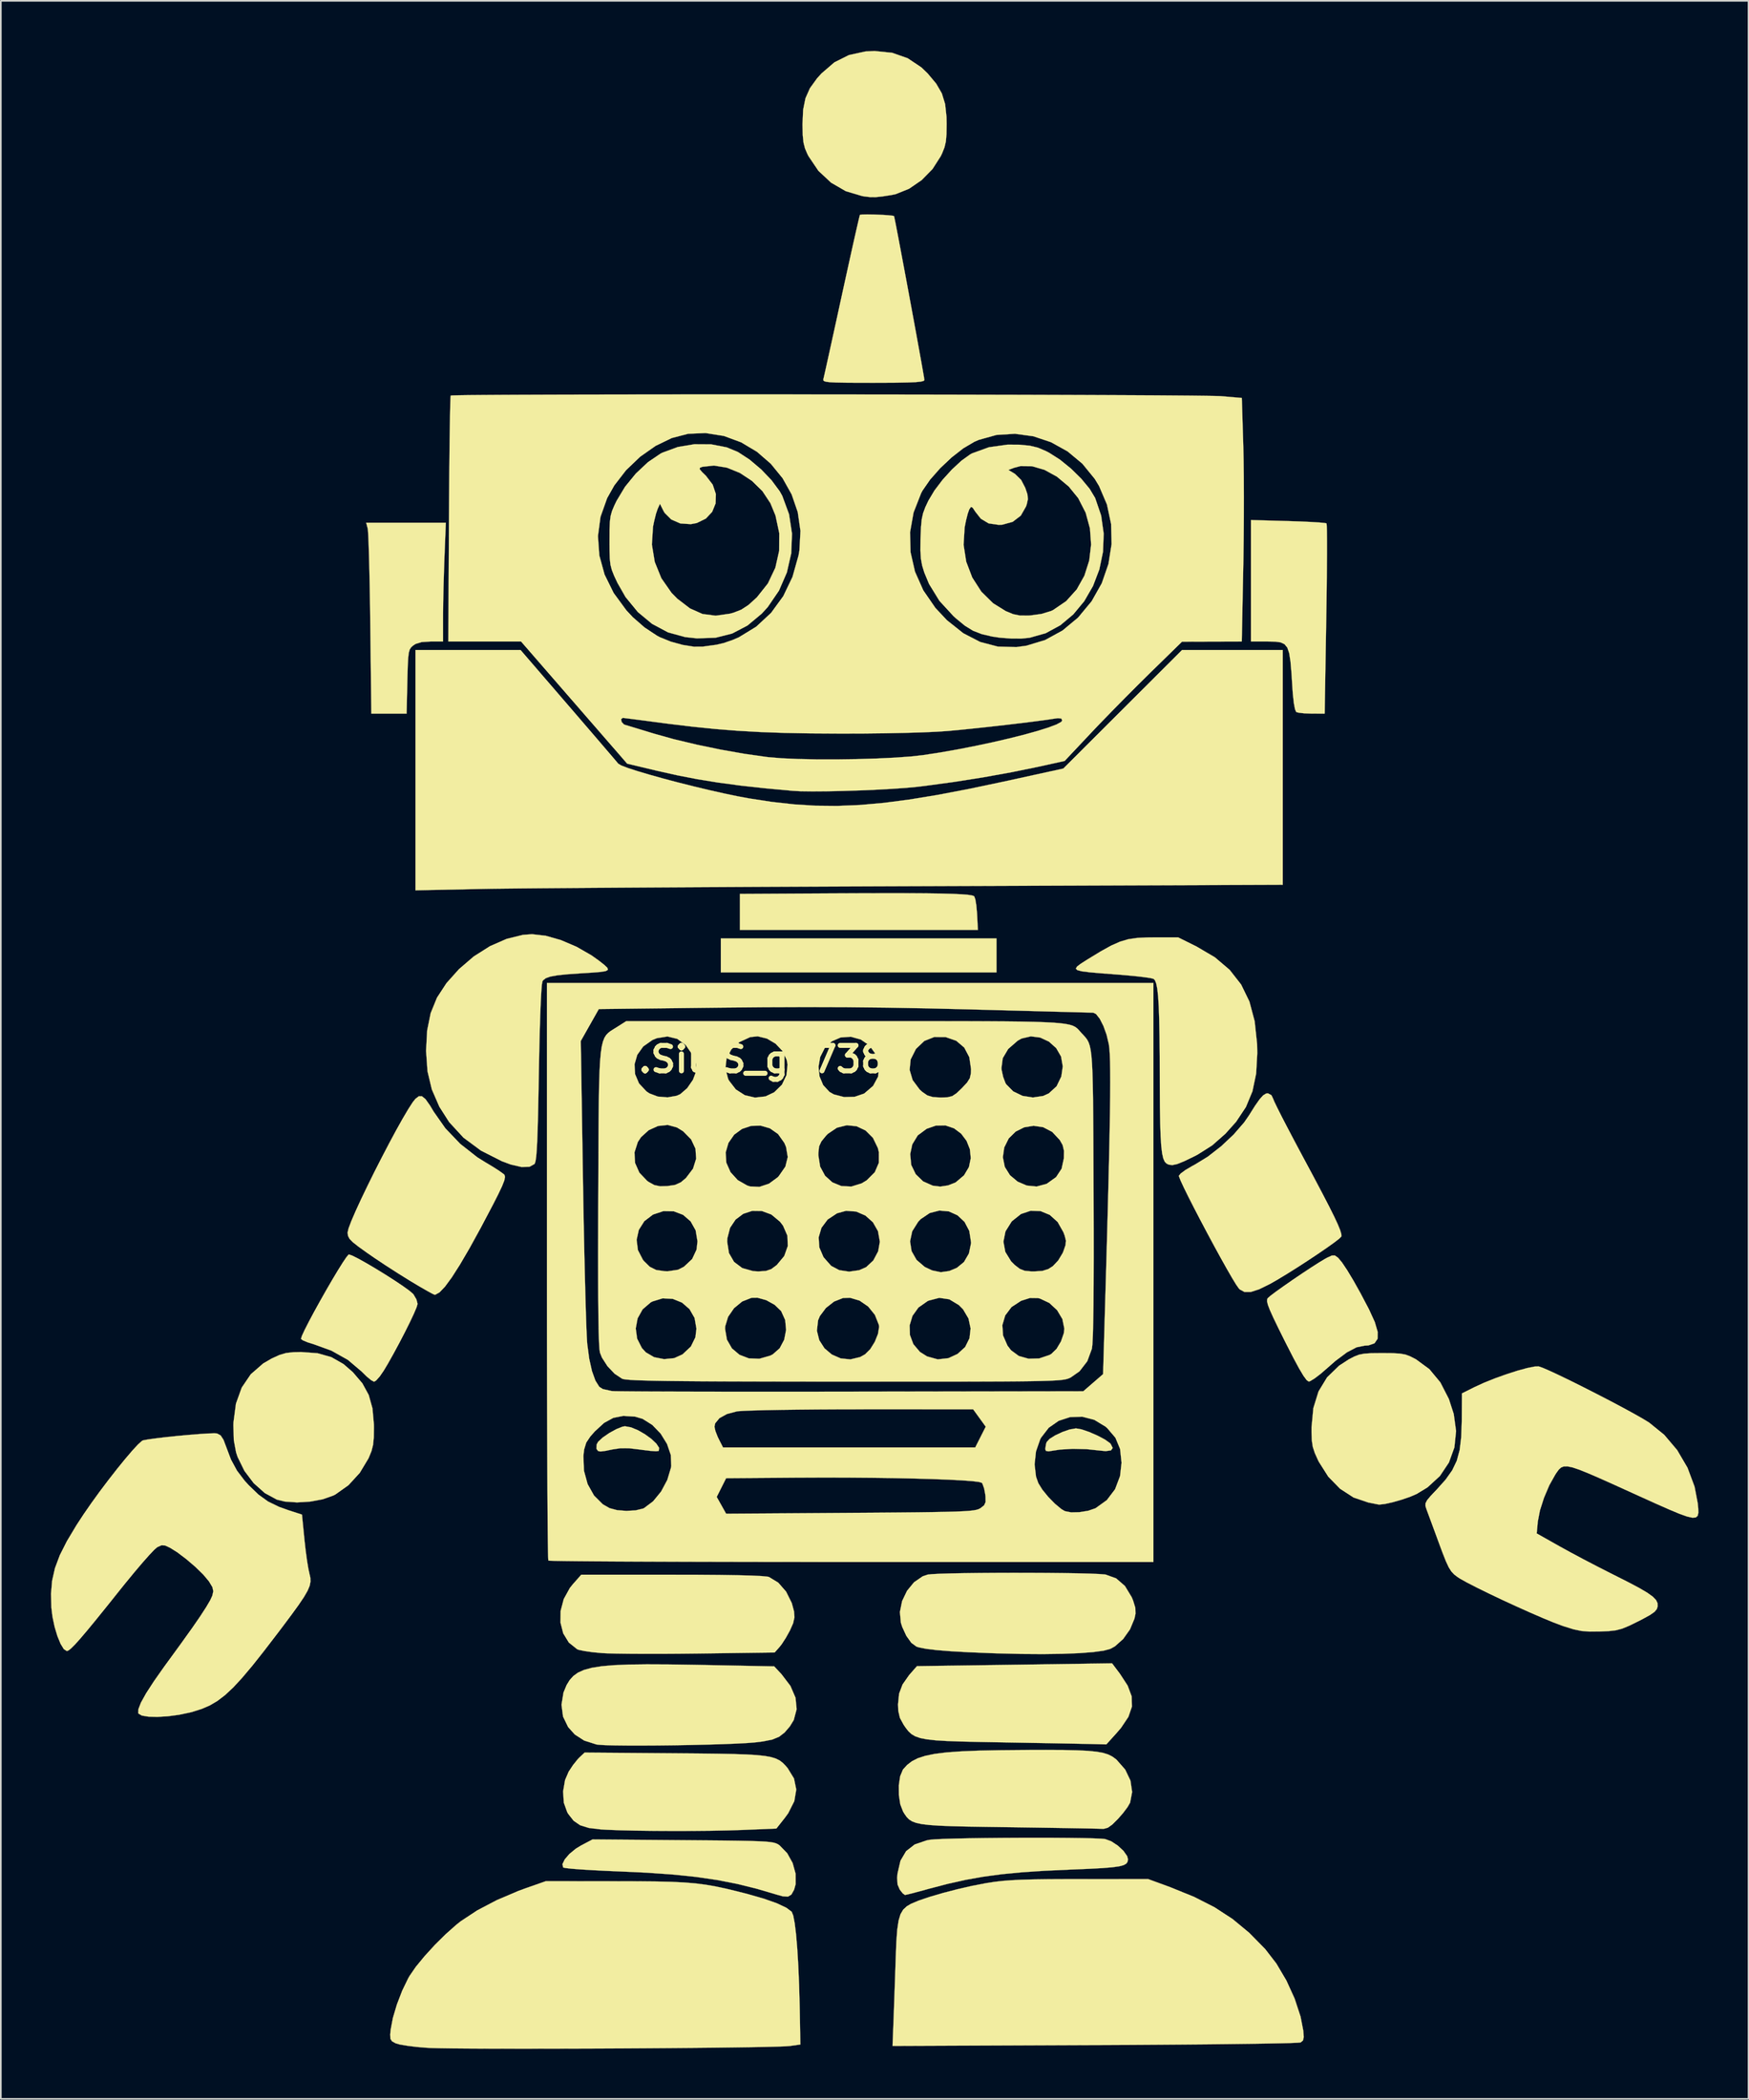
<source format=kicad_pcb>
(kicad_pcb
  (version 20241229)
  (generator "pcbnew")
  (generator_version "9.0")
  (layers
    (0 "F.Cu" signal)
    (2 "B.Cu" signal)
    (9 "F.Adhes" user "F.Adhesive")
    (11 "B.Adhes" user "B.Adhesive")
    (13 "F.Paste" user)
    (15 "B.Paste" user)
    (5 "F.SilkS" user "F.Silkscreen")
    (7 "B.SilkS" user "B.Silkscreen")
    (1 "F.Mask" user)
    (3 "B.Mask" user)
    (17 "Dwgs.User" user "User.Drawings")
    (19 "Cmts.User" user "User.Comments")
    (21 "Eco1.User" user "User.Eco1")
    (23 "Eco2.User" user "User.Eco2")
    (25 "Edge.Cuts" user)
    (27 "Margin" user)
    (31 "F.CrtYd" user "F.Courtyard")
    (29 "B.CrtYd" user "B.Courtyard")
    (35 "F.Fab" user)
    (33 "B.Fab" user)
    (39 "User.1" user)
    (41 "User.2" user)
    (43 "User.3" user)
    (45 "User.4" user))
  (footprint "F.SilkS_g17386"
    (layer "F.Cu")
    (at 42.661 60.384)
    (property "Reference" "F.SilkS_g17386" (at 0 0 0) (layer "F.SilkS") (effects (font (size 1.524 1.524) (thickness 0.3))))
    (attr through_hole)
    (fp_poly (pts (xy 13.97 -5.207) (xy -2.54 -5.207) (xy -2.54 -7.239) (xy 13.97 -7.239) (xy 13.97 -5.207)) (stroke (width 0.01) (type solid)) (fill yes) (layer "F.SilkS"))
    (fp_poly (pts (xy 8.669 -9.947) (xy 9.752 -9.94) (xy 10.639 -9.927) (xy 11.344 -9.908) (xy 11.881 -9.883) (xy 12.265 -9.852) (xy 12.509 -9.813) (xy 12.629 -9.768) (xy 12.634 -9.763) (xy 12.701 -9.586) (xy 12.761 -9.227) (xy 12.803 -8.761) (xy 12.807 -8.695) (xy 12.855 -7.747) (xy -1.397 -7.747) (xy -1.397 -9.906) (xy 4.096 -9.937) (xy 5.855 -9.945) (xy 7.374 -9.948) (xy 8.669 -9.947)) (stroke (width 0.01) (type solid)) (fill yes) (layer "F.SilkS"))
    (fp_poly (pts (xy 19.069 22.159) (xy 19.525 22.315) (xy 20.017 22.529) (xy 20.457 22.762) (xy 20.761 22.977) (xy 20.807 23.025) (xy 20.931 23.269) (xy 20.828 23.416) (xy 20.507 23.46) (xy 20.144 23.424) (xy 19.36 23.342) (xy 18.533 23.323) (xy 17.777 23.368) (xy 17.431 23.42) (xy 17.089 23.473) (xy 16.929 23.445) (xy 16.891 23.331) (xy 16.936 23.039) (xy 16.974 22.919) (xy 17.147 22.73) (xy 17.487 22.516) (xy 17.915 22.315) (xy 18.351 22.164) (xy 18.715 22.1) (xy 18.733 22.099) (xy 19.069 22.159)) (stroke (width 0.01) (type solid)) (fill yes) (layer "F.SilkS"))
    (fp_poly (pts (xy -7.92 22.036) (xy -7.504 22.208) (xy -7.08 22.452) (xy -6.696 22.732) (xy -6.399 23.015) (xy -6.237 23.264) (xy -6.258 23.446) (xy -6.261 23.448) (xy -6.415 23.467) (xy -6.754 23.446) (xy -7.213 23.391) (xy -7.348 23.371) (xy -8.021 23.29) (xy -8.555 23.288) (xy -9.01 23.355) (xy -9.472 23.449) (xy -9.745 23.483) (xy -9.89 23.454) (xy -9.965 23.358) (xy -9.988 23.303) (xy -9.975 23.057) (xy -9.888 22.9) (xy -9.61 22.643) (xy -9.216 22.373) (xy -8.793 22.141) (xy -8.427 21.996) (xy -8.28 21.971) (xy -7.92 22.036)) (stroke (width 0.01) (type solid)) (fill yes) (layer "F.SilkS"))
    (fp_poly (pts (xy -19.094 -30.015) (xy -19.123 -29.163) (xy -19.149 -28.263) (xy -19.167 -27.405) (xy -19.176 -26.678) (xy -19.177 -26.459) (xy -19.177 -25.019) (xy -19.925 -25.019) (xy -20.46 -24.986) (xy -20.822 -24.875) (xy -20.973 -24.776) (xy -21.088 -24.671) (xy -21.171 -24.543) (xy -21.227 -24.351) (xy -21.264 -24.05) (xy -21.289 -23.599) (xy -21.308 -22.955) (xy -21.316 -22.617) (xy -21.359 -20.701) (xy -23.47 -20.701) (xy -23.534 -26.067) (xy -23.549 -27.223) (xy -23.568 -28.309) (xy -23.589 -29.299) (xy -23.611 -30.162) (xy -23.634 -30.872) (xy -23.656 -31.398) (xy -23.678 -31.713) (xy -23.688 -31.782) (xy -23.779 -32.131) (xy -19.01 -32.131) (xy -19.094 -30.015)) (stroke (width 0.01) (type solid)) (fill yes) (layer "F.SilkS"))
    (fp_poly (pts (xy 31.434 -32.231) (xy 32.161 -32.207) (xy 32.797 -32.178) (xy 33.3 -32.147) (xy 33.627 -32.116) (xy 33.736 -32.093) (xy 33.75 -31.953) (xy 33.759 -31.586) (xy 33.763 -31.017) (xy 33.763 -30.271) (xy 33.757 -29.376) (xy 33.748 -28.356) (xy 33.733 -27.238) (xy 33.719 -26.358) (xy 33.625 -20.701) (xy 32.846 -20.703) (xy 32.409 -20.718) (xy 32.068 -20.756) (xy 31.921 -20.798) (xy 31.848 -20.964) (xy 31.778 -21.338) (xy 31.719 -21.875) (xy 31.694 -22.225) (xy 31.637 -23.134) (xy 31.578 -23.821) (xy 31.501 -24.317) (xy 31.388 -24.653) (xy 31.221 -24.859) (xy 30.984 -24.969) (xy 30.66 -25.011) (xy 30.231 -25.019) (xy 30.153 -25.019) (xy 29.21 -25.019) (xy 29.21 -32.293) (xy 31.434 -32.231)) (stroke (width 0.01) (type solid)) (fill yes) (layer "F.SilkS"))
    (fp_poly (pts (xy 21.36 36.789) (xy 21.826 37.503) (xy 22.067 38.147) (xy 22.083 38.757) (xy 21.871 39.372) (xy 21.428 40.032) (xy 21.152 40.354) (xy 20.55 41.021) (xy 19.578 40.997) (xy 19.218 40.99) (xy 18.642 40.978) (xy 17.887 40.964) (xy 16.992 40.947) (xy 15.993 40.93) (xy 14.929 40.911) (xy 14.161 40.897) (xy 12.885 40.874) (xy 11.838 40.85) (xy 10.993 40.819) (xy 10.323 40.778) (xy 9.803 40.72) (xy 9.407 40.643) (xy 9.107 40.539) (xy 8.88 40.406) (xy 8.697 40.237) (xy 8.534 40.029) (xy 8.405 39.839) (xy 8.185 39.433) (xy 8.088 39.009) (xy 8.073 38.62) (xy 8.137 37.984) (xy 8.344 37.433) (xy 8.733 36.877) (xy 8.849 36.742) (xy 9.207 36.336) (xy 20.892 36.167) (xy 21.36 36.789)) (stroke (width 0.01) (type solid)) (fill yes) (layer "F.SilkS"))
    (fp_poly (pts (xy -3.931 30.864) (xy -2.625 30.874) (xy -1.548 30.891) (xy -0.705 30.913) (xy -0.102 30.942) (xy 0.256 30.977) (xy 0.341 30.996) (xy 0.901 31.337) (xy 1.37 31.875) (xy 1.711 32.56) (xy 1.845 33.059) (xy 1.871 33.412) (xy 1.789 33.773) (xy 1.601 34.196) (xy 1.361 34.63) (xy 1.109 35.019) (xy 0.975 35.19) (xy 0.683 35.519) (xy -3.881 35.581) (xy -4.995 35.593) (xy -6.082 35.6) (xy -7.102 35.6) (xy -8.016 35.595) (xy -8.784 35.585) (xy -9.368 35.569) (xy -9.663 35.554) (xy -10.222 35.501) (xy -10.707 35.432) (xy -11.047 35.36) (xy -11.141 35.325) (xy -11.643 34.923) (xy -11.978 34.374) (xy -12.143 33.725) (xy -12.133 33.024) (xy -11.947 32.318) (xy -11.581 31.653) (xy -11.408 31.437) (xy -10.9 30.861) (xy -5.458 30.861) (xy -3.931 30.864)) (stroke (width 0.01) (type solid)) (fill yes) (layer "F.SilkS"))
    (fp_poly (pts (xy -26.691 17.599) (xy -25.866 17.832) (xy -25.137 18.248) (xy -24.577 18.735) (xy -24.01 19.399) (xy -23.627 20.1) (xy -23.404 20.897) (xy -23.318 21.852) (xy -23.315 22.035) (xy -23.323 22.639) (xy -23.367 23.083) (xy -23.461 23.457) (xy -23.624 23.855) (xy -23.644 23.898) (xy -24.165 24.763) (xy -24.841 25.501) (xy -25.62 26.053) (xy -25.753 26.121) (xy -26.383 26.344) (xy -27.137 26.483) (xy -27.923 26.531) (xy -28.647 26.482) (xy -29.13 26.364) (xy -29.852 25.972) (xy -30.516 25.38) (xy -31.074 24.64) (xy -31.483 23.805) (xy -31.573 23.532) (xy -31.707 22.81) (xy -31.734 21.915) (xy -31.728 21.738) (xy -31.58 20.617) (xy -31.234 19.657) (xy -30.69 18.855) (xy -29.948 18.21) (xy -29.436 17.913) (xy -28.976 17.703) (xy -28.577 17.585) (xy -28.126 17.535) (xy -27.67 17.526) (xy -26.691 17.599)) (stroke (width 0.01) (type solid)) (fill yes) (layer "F.SilkS"))
    (fp_poly (pts (xy -4.803 46.757) (xy -3.486 46.768) (xy -2.4 46.778) (xy -1.52 46.79) (xy -0.822 46.804) (xy -0.282 46.821) (xy 0.124 46.843) (xy 0.419 46.871) (xy 0.628 46.906) (xy 0.775 46.95) (xy 0.884 47.003) (xy 0.976 47.066) (xy 1.432 47.533) (xy 1.761 48.124) (xy 1.939 48.767) (xy 1.942 49.389) (xy 1.85 49.721) (xy 1.689 50.012) (xy 1.481 50.137) (xy 1.16 50.116) (xy 0.826 50.023) (xy -0.381 49.668) (xy -1.562 49.376) (xy -2.766 49.141) (xy -4.038 48.955) (xy -5.427 48.812) (xy -6.979 48.703) (xy -8.57 48.63) (xy -9.463 48.592) (xy -10.273 48.55) (xy -10.965 48.507) (xy -11.505 48.464) (xy -11.857 48.423) (xy -11.984 48.392) (xy -12.024 48.191) (xy -11.887 47.906) (xy -11.61 47.583) (xy -11.232 47.271) (xy -10.917 47.078) (xy -10.223 46.713) (xy -4.803 46.757)) (stroke (width 0.01) (type solid)) (fill yes) (layer "F.SilkS"))
    (fp_poly (pts (xy -5.317 41.554) (xy -3.916 41.566) (xy -2.747 41.58) (xy -1.783 41.599) (xy -1.003 41.625) (xy -0.381 41.663) (xy 0.105 41.715) (xy 0.479 41.785) (xy 0.766 41.875) (xy 0.989 41.988) (xy 1.171 42.128) (xy 1.337 42.297) (xy 1.458 42.438) (xy 1.843 43.064) (xy 1.978 43.725) (xy 1.862 44.419) (xy 1.496 45.143) (xy 1.28 45.438) (xy 0.788 46.06) (xy -1.225 46.144) (xy -2.113 46.172) (xy -3.143 46.192) (xy -4.261 46.203) (xy -5.417 46.205) (xy -6.558 46.199) (xy -7.633 46.185) (xy -8.588 46.163) (xy -9.373 46.133) (xy -9.739 46.111) (xy -10.447 46.025) (xy -10.966 45.863) (xy -11.356 45.595) (xy -11.675 45.189) (xy -11.737 45.087) (xy -11.943 44.513) (xy -11.986 43.839) (xy -11.869 43.157) (xy -11.654 42.656) (xy -11.392 42.259) (xy -11.112 41.91) (xy -11.012 41.806) (xy -10.697 41.512) (xy -5.317 41.554)) (stroke (width 0.01) (type solid)) (fill yes) (layer "F.SilkS"))
    (fp_poly (pts (xy 7.721 -60.272) (xy 8.65 -59.947) (xy 9.473 -59.397) (xy 9.849 -59.034) (xy 10.359 -58.425) (xy 10.698 -57.841) (xy 10.894 -57.202) (xy 10.977 -56.433) (xy 10.985 -56.007) (xy 10.976 -55.401) (xy 10.939 -54.964) (xy 10.857 -54.611) (xy 10.717 -54.258) (xy 10.634 -54.084) (xy 10.139 -53.313) (xy 9.488 -52.648) (xy 8.735 -52.132) (xy 7.937 -51.81) (xy 7.678 -51.755) (xy 7.122 -51.669) (xy 6.727 -51.629) (xy 6.403 -51.631) (xy 6.06 -51.672) (xy 5.925 -51.694) (xy 4.944 -51.986) (xy 4.06 -52.498) (xy 3.303 -53.207) (xy 2.708 -54.087) (xy 2.649 -54.202) (xy 2.501 -54.546) (xy 2.411 -54.899) (xy 2.366 -55.341) (xy 2.352 -55.949) (xy 2.352 -56.007) (xy 2.39 -56.863) (xy 2.529 -57.551) (xy 2.796 -58.151) (xy 3.221 -58.739) (xy 3.486 -59.034) (xy 4.261 -59.701) (xy 5.135 -60.138) (xy 6.124 -60.353) (xy 6.668 -60.379) (xy 7.721 -60.272)) (stroke (width 0.01) (type solid)) (fill yes) (layer "F.SilkS"))
    (fp_poly (pts (xy -24.617 11.751) (xy -24.254 11.933) (xy -23.773 12.201) (xy -23.22 12.527) (xy -22.64 12.884) (xy -22.079 13.242) (xy -21.583 13.574) (xy -21.198 13.851) (xy -20.97 14.046) (xy -20.949 14.07) (xy -20.77 14.377) (xy -20.701 14.643) (xy -20.76 14.846) (xy -20.921 15.226) (xy -21.162 15.738) (xy -21.461 16.337) (xy -21.794 16.98) (xy -22.14 17.621) (xy -22.475 18.217) (xy -22.728 18.641) (xy -22.97 18.992) (xy -23.185 19.232) (xy -23.307 19.304) (xy -23.476 19.217) (xy -23.752 18.99) (xy -24.066 18.682) (xy -24.873 17.999) (xy -25.862 17.444) (xy -26.893 17.07) (xy -27.299 16.941) (xy -27.585 16.82) (xy -27.686 16.737) (xy -27.626 16.549) (xy -27.46 16.191) (xy -27.21 15.702) (xy -26.899 15.119) (xy -26.548 14.483) (xy -26.179 13.831) (xy -25.813 13.202) (xy -25.474 12.635) (xy -25.182 12.168) (xy -24.96 11.84) (xy -24.83 11.689) (xy -24.816 11.684) (xy -24.617 11.751)) (stroke (width 0.01) (type solid)) (fill yes) (layer "F.SilkS"))
    (fp_poly (pts (xy -5.683 36.233) (xy -4.164 36.256) (xy -3.831 36.262) (xy 0.657 36.35) (xy 1.089 36.812) (xy 1.629 37.52) (xy 1.934 38.226) (xy 2.001 38.913) (xy 1.828 39.563) (xy 1.595 39.943) (xy 1.276 40.314) (xy 0.947 40.567) (xy 0.54 40.733) (xy -0.012 40.844) (xy -0.464 40.9) (xy -0.944 40.939) (xy -1.604 40.974) (xy -2.407 41.006) (xy -3.316 41.033) (xy -4.292 41.056) (xy -5.299 41.074) (xy -6.298 41.086) (xy -7.252 41.091) (xy -8.124 41.09) (xy -8.876 41.082) (xy -9.47 41.067) (xy -9.868 41.042) (xy -9.992 41.025) (xy -10.724 40.792) (xy -11.287 40.429) (xy -11.687 39.981) (xy -11.989 39.357) (xy -12.082 38.647) (xy -11.962 37.915) (xy -11.774 37.463) (xy -11.595 37.173) (xy -11.377 36.929) (xy -11.098 36.726) (xy -10.737 36.564) (xy -10.274 36.437) (xy -9.687 36.343) (xy -8.955 36.279) (xy -8.058 36.241) (xy -6.974 36.227) (xy -5.683 36.233)) (stroke (width 0.01) (type solid)) (fill yes) (layer "F.SilkS"))
    (fp_poly (pts (xy 34.404 11.863) (xy 34.441 11.896) (xy 34.663 12.162) (xy 34.973 12.625) (xy 35.351 13.254) (xy 35.777 14.015) (xy 36.231 14.877) (xy 36.283 14.978) (xy 36.628 15.734) (xy 36.799 16.317) (xy 36.793 16.736) (xy 36.609 17.004) (xy 36.245 17.131) (xy 36.008 17.145) (xy 35.531 17.244) (xy 34.955 17.547) (xy 34.27 18.059) (xy 33.798 18.473) (xy 33.385 18.831) (xy 33.02 19.109) (xy 32.755 19.271) (xy 32.67 19.295) (xy 32.547 19.21) (xy 32.356 18.951) (xy 32.09 18.505) (xy 31.74 17.856) (xy 31.298 16.991) (xy 31.249 16.894) (xy 30.845 16.081) (xy 30.547 15.464) (xy 30.343 15.012) (xy 30.223 14.697) (xy 30.173 14.489) (xy 30.183 14.358) (xy 30.216 14.3) (xy 30.385 14.152) (xy 30.721 13.899) (xy 31.179 13.573) (xy 31.71 13.204) (xy 32.27 12.825) (xy 32.81 12.468) (xy 33.285 12.164) (xy 33.649 11.945) (xy 33.762 11.883) (xy 34.052 11.75) (xy 34.229 11.742) (xy 34.404 11.863)) (stroke (width 0.01) (type solid)) (fill yes) (layer "F.SilkS"))
    (fp_poly (pts (xy 37.699 17.595) (xy 38.132 17.62) (xy 38.455 17.677) (xy 38.741 17.782) (xy 39.061 17.946) (xy 39.099 17.967) (xy 39.898 18.554) (xy 40.555 19.347) (xy 41.065 20.34) (xy 41.355 21.236) (xy 41.495 22.257) (xy 41.395 23.236) (xy 41.067 24.143) (xy 40.525 24.952) (xy 39.782 25.633) (xy 39.137 26.024) (xy 38.726 26.201) (xy 38.22 26.373) (xy 37.697 26.522) (xy 37.232 26.625) (xy 36.902 26.662) (xy 36.838 26.656) (xy 36.68 26.625) (xy 36.368 26.563) (xy 36.239 26.538) (xy 35.354 26.237) (xy 34.543 25.711) (xy 33.839 24.988) (xy 33.271 24.093) (xy 33.227 24.003) (xy 33.031 23.568) (xy 32.913 23.204) (xy 32.855 22.816) (xy 32.838 22.311) (xy 32.839 22.035) (xy 32.947 20.884) (xy 33.256 19.888) (xy 33.768 19.044) (xy 34.485 18.347) (xy 35.07 17.966) (xy 35.398 17.795) (xy 35.684 17.685) (xy 36 17.624) (xy 36.419 17.596) (xy 37.012 17.59) (xy 37.084 17.59) (xy 37.699 17.595)) (stroke (width 0.01) (type solid)) (fill yes) (layer "F.SilkS"))
    (fp_poly (pts (xy 16.019 30.749) (xy 17.035 30.754) (xy 17.987 30.764) (xy 18.841 30.778) (xy 19.561 30.796) (xy 20.113 30.819) (xy 20.46 30.846) (xy 20.502 30.852) (xy 21.137 31.08) (xy 21.661 31.534) (xy 22.07 32.208) (xy 22.152 32.407) (xy 22.285 32.839) (xy 22.296 33.197) (xy 22.235 33.489) (xy 21.968 34.131) (xy 21.557 34.71) (xy 21.061 35.151) (xy 20.787 35.302) (xy 20.391 35.409) (xy 19.765 35.494) (xy 18.933 35.558) (xy 17.917 35.598) (xy 16.742 35.614) (xy 15.43 35.605) (xy 14.005 35.571) (xy 13.589 35.557) (xy 12.292 35.503) (xy 11.233 35.443) (xy 10.397 35.376) (xy 9.769 35.301) (xy 9.333 35.215) (xy 9.176 35.166) (xy 8.869 34.939) (xy 8.571 34.524) (xy 8.324 33.987) (xy 8.244 33.735) (xy 8.185 33.096) (xy 8.318 32.439) (xy 8.612 31.824) (xy 9.033 31.311) (xy 9.548 30.957) (xy 9.842 30.856) (xy 10.096 30.828) (xy 10.568 30.804) (xy 11.223 30.784) (xy 12.027 30.769) (xy 12.943 30.757) (xy 13.938 30.75) (xy 14.975 30.747) (xy 16.019 30.749)) (stroke (width 0.01) (type solid)) (fill yes) (layer "F.SilkS"))
    (fp_poly (pts (xy 17.366 46.614) (xy 18.292 46.621) (xy 19.106 46.632) (xy 19.77 46.648) (xy 20.247 46.669) (xy 20.481 46.691) (xy 20.848 46.827) (xy 21.236 47.083) (xy 21.575 47.398) (xy 21.796 47.713) (xy 21.844 47.891) (xy 21.825 48.04) (xy 21.749 48.158) (xy 21.589 48.25) (xy 21.317 48.323) (xy 20.906 48.38) (xy 20.327 48.428) (xy 19.554 48.47) (xy 18.558 48.512) (xy 18.395 48.518) (xy 16.834 48.59) (xy 15.476 48.681) (xy 14.271 48.797) (xy 13.169 48.946) (xy 12.119 49.133) (xy 11.071 49.367) (xy 9.974 49.653) (xy 9.916 49.669) (xy 9.367 49.82) (xy 8.909 49.941) (xy 8.597 50.017) (xy 8.49 50.038) (xy 8.355 49.943) (xy 8.177 49.717) (xy 8.044 49.409) (xy 8.02 49.007) (xy 8.043 48.752) (xy 8.22 47.987) (xy 8.558 47.413) (xy 9.074 47.013) (xy 9.784 46.77) (xy 9.97 46.735) (xy 10.27 46.707) (xy 10.785 46.683) (xy 11.479 46.662) (xy 12.317 46.644) (xy 13.26 46.63) (xy 14.274 46.62) (xy 15.32 46.614) (xy 16.363 46.612) (xy 17.366 46.614)) (stroke (width 0.01) (type solid)) (fill yes) (layer "F.SilkS"))
    (fp_poly (pts (xy -11.68 -21.2) (xy -11.003 -20.414) (xy -10.375 -19.683) (xy -9.816 -19.033) (xy -9.347 -18.485) (xy -8.987 -18.064) (xy -8.758 -17.794) (xy -8.682 -17.703) (xy -8.502 -17.597) (xy -8.108 -17.446) (xy -7.537 -17.26) (xy -6.823 -17.048) (xy -6.001 -16.819) (xy -5.107 -16.582) (xy -4.177 -16.348) (xy -3.244 -16.124) (xy -2.344 -15.921) (xy -1.513 -15.748) (xy -0.848 -15.625) (xy 0.518 -15.416) (xy 1.833 -15.27) (xy 3.128 -15.188) (xy 4.436 -15.175) (xy 5.789 -15.23) (xy 7.22 -15.357) (xy 8.76 -15.558) (xy 10.443 -15.834) (xy 12.3 -16.189) (xy 14.364 -16.623) (xy 14.438 -16.639) (xy 17.971 -17.412) (xy 25.084 -24.511) (xy 31.115 -24.511) (xy 31.115 -10.453) (xy 9.112 -10.37) (xy 6.698 -10.361) (xy 4.31 -10.351) (xy 1.966 -10.34) (xy -0.318 -10.329) (xy -2.526 -10.317) (xy -4.642 -10.305) (xy -6.65 -10.293) (xy -8.533 -10.281) (xy -10.276 -10.269) (xy -11.861 -10.257) (xy -13.273 -10.246) (xy -14.496 -10.235) (xy -15.514 -10.224) (xy -16.309 -10.214) (xy -16.859 -10.204) (xy -20.828 -10.122) (xy -20.828 -24.511) (xy -14.534 -24.511) (xy -11.68 -21.2)) (stroke (width 0.01) (type solid)) (fill yes) (layer "F.SilkS"))
    (fp_poly (pts (xy -20.438 2.211) (xy -20.226 2.386) (xy -19.963 2.756) (xy -19.741 3.127) (xy -19.038 4.129) (xy -18.146 5.062) (xy -17.126 5.863) (xy -16.663 6.152) (xy -16.197 6.431) (xy -15.807 6.681) (xy -15.554 6.864) (xy -15.499 6.915) (xy -15.463 7.037) (xy -15.506 7.252) (xy -15.64 7.594) (xy -15.878 8.095) (xy -16.164 8.658) (xy -16.923 10.098) (xy -17.589 11.308) (xy -18.165 12.294) (xy -18.655 13.06) (xy -19.061 13.612) (xy -19.388 13.954) (xy -19.639 14.093) (xy -19.679 14.097) (xy -19.819 14.034) (xy -20.132 13.863) (xy -20.574 13.609) (xy -21.099 13.295) (xy -21.191 13.24) (xy -21.87 12.817) (xy -22.607 12.343) (xy -23.301 11.881) (xy -23.747 11.573) (xy -24.254 11.208) (xy -24.586 10.944) (xy -24.779 10.744) (xy -24.869 10.569) (xy -24.892 10.381) (xy -24.892 10.365) (xy -24.833 10.115) (xy -24.667 9.677) (xy -24.412 9.086) (xy -24.086 8.377) (xy -23.705 7.584) (xy -23.288 6.741) (xy -22.851 5.883) (xy -22.413 5.044) (xy -21.99 4.258) (xy -21.601 3.561) (xy -21.262 2.986) (xy -20.991 2.567) (xy -20.83 2.364) (xy -20.629 2.211) (xy -20.438 2.211)) (stroke (width 0.01) (type solid)) (fill yes) (layer "F.SilkS"))
    (fp_poly (pts (xy 6.649 -50.588) (xy 7.091 -50.57) (xy 7.486 -50.545) (xy 7.758 -50.516) (xy 7.833 -50.495) (xy 7.862 -50.371) (xy 7.931 -50.029) (xy 8.033 -49.502) (xy 8.162 -48.824) (xy 8.312 -48.026) (xy 8.478 -47.142) (xy 8.652 -46.205) (xy 8.83 -45.246) (xy 9.005 -44.298) (xy 9.171 -43.395) (xy 9.321 -42.569) (xy 9.451 -41.852) (xy 9.553 -41.278) (xy 9.622 -40.879) (xy 9.651 -40.687) (xy 9.652 -40.677) (xy 9.602 -40.624) (xy 9.435 -40.583) (xy 9.127 -40.552) (xy 8.652 -40.532) (xy 7.985 -40.519) (xy 7.101 -40.514) (xy 6.595 -40.513) (xy 5.637 -40.514) (xy 4.903 -40.519) (xy 4.365 -40.529) (xy 3.994 -40.547) (xy 3.762 -40.576) (xy 3.639 -40.616) (xy 3.596 -40.671) (xy 3.602 -40.735) (xy 3.643 -40.906) (xy 3.731 -41.296) (xy 3.86 -41.878) (xy 4.024 -42.622) (xy 4.217 -43.5) (xy 4.433 -44.484) (xy 4.664 -45.545) (xy 4.702 -45.72) (xy 4.935 -46.784) (xy 5.152 -47.77) (xy 5.347 -48.649) (xy 5.515 -49.396) (xy 5.649 -49.981) (xy 5.742 -50.379) (xy 5.789 -50.56) (xy 5.792 -50.568) (xy 5.925 -50.589) (xy 6.235 -50.595) (xy 6.649 -50.588)) (stroke (width 0.01) (type solid)) (fill yes) (layer "F.SilkS"))
    (fp_poly (pts (xy -13.027 -7.4) (xy -12.117 -7.14) (xy -11.18 -6.741) (xy -10.287 -6.228) (xy -9.837 -5.906) (xy -9.521 -5.658) (xy -9.335 -5.482) (xy -9.3 -5.362) (xy -9.436 -5.283) (xy -9.767 -5.231) (xy -10.312 -5.188) (xy -10.892 -5.153) (xy -11.716 -5.096) (xy -12.322 -5.033) (xy -12.745 -4.958) (xy -13.018 -4.862) (xy -13.177 -4.74) (xy -13.221 -4.674) (xy -13.256 -4.486) (xy -13.291 -4.061) (xy -13.325 -3.419) (xy -13.358 -2.576) (xy -13.389 -1.552) (xy -13.417 -0.363) (xy -13.439 0.814) (xy -13.463 2.165) (xy -13.486 3.282) (xy -13.511 4.186) (xy -13.537 4.898) (xy -13.566 5.438) (xy -13.598 5.827) (xy -13.635 6.084) (xy -13.678 6.231) (xy -13.7 6.267) (xy -14.001 6.436) (xy -14.48 6.446) (xy -15.114 6.301) (xy -15.648 6.103) (xy -16.903 5.468) (xy -17.953 4.69) (xy -18.81 3.76) (xy -19.398 2.837) (xy -19.849 1.8) (xy -20.108 0.713) (xy -20.193 -0.498) (xy -20.193 -0.528) (xy -20.128 -1.732) (xy -19.917 -2.769) (xy -19.539 -3.694) (xy -18.971 -4.564) (xy -18.225 -5.398) (xy -17.337 -6.162) (xy -16.369 -6.775) (xy -15.369 -7.213) (xy -14.388 -7.454) (xy -13.843 -7.493) (xy -13.027 -7.4)) (stroke (width 0.01) (type solid)) (fill yes) (layer "F.SilkS"))
    (fp_poly (pts (xy 17.964 41.358) (xy 18.791 41.376) (xy 19.446 41.408) (xy 19.958 41.459) (xy 20.352 41.529) (xy 20.657 41.624) (xy 20.899 41.745) (xy 21.107 41.895) (xy 21.16 41.94) (xy 21.678 42.529) (xy 21.994 43.189) (xy 22.094 43.872) (xy 21.973 44.509) (xy 21.822 44.772) (xy 21.552 45.131) (xy 21.257 45.47) (xy 20.905 45.821) (xy 20.642 46.01) (xy 20.402 46.076) (xy 20.271 46.076) (xy 20.06 46.069) (xy 19.625 46.059) (xy 18.995 46.047) (xy 18.198 46.033) (xy 17.265 46.018) (xy 16.224 46.002) (xy 15.105 45.985) (xy 14.668 45.979) (xy 13.309 45.96) (xy 12.179 45.941) (xy 11.256 45.918) (xy 10.516 45.888) (xy 9.935 45.847) (xy 9.489 45.793) (xy 9.155 45.721) (xy 8.91 45.628) (xy 8.728 45.51) (xy 8.587 45.364) (xy 8.463 45.187) (xy 8.377 45.047) (xy 8.209 44.612) (xy 8.124 44.055) (xy 8.121 43.465) (xy 8.201 42.928) (xy 8.364 42.535) (xy 8.384 42.508) (xy 8.622 42.248) (xy 8.908 42.029) (xy 9.263 41.849) (xy 9.712 41.704) (xy 10.276 41.589) (xy 10.98 41.502) (xy 11.845 41.439) (xy 12.895 41.396) (xy 14.152 41.37) (xy 15.639 41.356) (xy 15.684 41.356) (xy 16.937 41.353) (xy 17.964 41.358)) (stroke (width 0.01) (type solid)) (fill yes) (layer "F.SilkS"))
    (fp_poly (pts (xy 24.374 49.571) (xy 25.798 50.148) (xy 27.023 50.771) (xy 28.105 51.475) (xy 29.099 52.298) (xy 30.06 53.275) (xy 30.067 53.283) (xy 30.733 54.145) (xy 31.331 55.158) (xy 31.826 56.243) (xy 32.182 57.323) (xy 32.345 58.168) (xy 32.373 58.546) (xy 32.326 58.753) (xy 32.189 58.865) (xy 32.178 58.869) (xy 32.019 58.885) (xy 31.625 58.902) (xy 31.012 58.918) (xy 30.198 58.934) (xy 29.202 58.95) (xy 28.042 58.965) (xy 26.735 58.98) (xy 25.299 58.993) (xy 23.752 59.005) (xy 22.112 59.016) (xy 20.396 59.025) (xy 19.843 59.027) (xy 7.745 59.078) (xy 7.808 57.447) (xy 7.835 56.705) (xy 7.867 55.81) (xy 7.9 54.862) (xy 7.93 53.962) (xy 7.937 53.747) (xy 7.974 52.818) (xy 8.027 52.107) (xy 8.106 51.577) (xy 8.221 51.192) (xy 8.382 50.917) (xy 8.6 50.715) (xy 8.849 50.568) (xy 9.317 50.371) (xy 9.977 50.148) (xy 10.769 49.917) (xy 11.634 49.693) (xy 12.512 49.492) (xy 13.344 49.331) (xy 13.41 49.32) (xy 13.858 49.252) (xy 14.324 49.198) (xy 14.844 49.157) (xy 15.452 49.126) (xy 16.186 49.106) (xy 17.08 49.093) (xy 18.172 49.088) (xy 18.923 49.087) (xy 23.05 49.086) (xy 24.374 49.571)) (stroke (width 0.01) (type solid)) (fill yes) (layer "F.SilkS"))
    (fp_poly (pts (xy 30.436 2.146) (xy 30.531 2.344) (xy 30.61 2.533) (xy 30.794 2.914) (xy 31.067 3.456) (xy 31.414 4.125) (xy 31.817 4.892) (xy 32.261 5.724) (xy 32.338 5.868) (xy 32.967 7.042) (xy 33.48 8.012) (xy 33.887 8.798) (xy 34.196 9.418) (xy 34.415 9.889) (xy 34.554 10.23) (xy 34.622 10.46) (xy 34.627 10.597) (xy 34.622 10.612) (xy 34.495 10.74) (xy 34.191 10.974) (xy 33.747 11.291) (xy 33.204 11.662) (xy 32.599 12.064) (xy 31.972 12.47) (xy 31.361 12.854) (xy 30.805 13.19) (xy 30.353 13.448) (xy 29.696 13.771) (xy 29.198 13.931) (xy 28.825 13.933) (xy 28.544 13.78) (xy 28.479 13.712) (xy 28.32 13.485) (xy 28.073 13.08) (xy 27.757 12.532) (xy 27.391 11.877) (xy 26.993 11.15) (xy 26.582 10.386) (xy 26.177 9.62) (xy 25.797 8.889) (xy 25.46 8.227) (xy 25.185 7.669) (xy 24.992 7.251) (xy 24.898 7.008) (xy 24.893 6.974) (xy 24.999 6.838) (xy 25.281 6.63) (xy 25.687 6.39) (xy 25.846 6.305) (xy 26.628 5.827) (xy 27.428 5.203) (xy 28.176 4.499) (xy 28.8 3.78) (xy 29.083 3.37) (xy 29.451 2.786) (xy 29.727 2.394) (xy 29.937 2.159) (xy 30.11 2.051) (xy 30.221 2.032) (xy 30.436 2.146)) (stroke (width 0.01) (type solid)) (fill yes) (layer "F.SilkS"))
    (fp_poly (pts (xy 25.956 -6.754) (xy 27.051 -6.109) (xy 27.936 -5.357) (xy 28.622 -4.48) (xy 29.117 -3.462) (xy 29.432 -2.284) (xy 29.577 -0.931) (xy 29.589 -0.376) (xy 29.522 0.85) (xy 29.301 1.91) (xy 28.908 2.856) (xy 28.321 3.74) (xy 27.679 4.456) (xy 26.888 5.153) (xy 26.018 5.704) (xy 25.791 5.822) (xy 25.207 6.103) (xy 24.794 6.27) (xy 24.503 6.333) (xy 24.287 6.306) (xy 24.153 6.24) (xy 24.046 6.131) (xy 23.96 5.936) (xy 23.891 5.634) (xy 23.839 5.2) (xy 23.801 4.611) (xy 23.775 3.845) (xy 23.759 2.878) (xy 23.752 1.688) (xy 23.751 1.27) (xy 23.747 -0.17) (xy 23.735 -1.376) (xy 23.716 -2.365) (xy 23.688 -3.157) (xy 23.65 -3.771) (xy 23.6 -4.226) (xy 23.537 -4.541) (xy 23.461 -4.734) (xy 23.377 -4.821) (xy 23.185 -4.868) (xy 22.787 -4.925) (xy 22.233 -4.988) (xy 21.57 -5.049) (xy 21.143 -5.083) (xy 20.226 -5.153) (xy 19.545 -5.213) (xy 19.08 -5.272) (xy 18.811 -5.343) (xy 18.722 -5.433) (xy 18.793 -5.555) (xy 19.006 -5.718) (xy 19.341 -5.933) (xy 19.463 -6.009) (xy 20.226 -6.474) (xy 20.84 -6.813) (xy 21.364 -7.045) (xy 21.856 -7.191) (xy 22.376 -7.269) (xy 22.983 -7.299) (xy 23.378 -7.303) (xy 24.848 -7.303) (xy 25.956 -6.754)) (stroke (width 0.01) (type solid)) (fill yes) (layer "F.SilkS"))
    (fp_poly (pts (xy -8.763 49.217) (xy -7.479 49.22) (xy -6.409 49.231) (xy -5.512 49.252) (xy -4.749 49.289) (xy -4.078 49.344) (xy -3.46 49.422) (xy -2.855 49.527) (xy -2.221 49.662) (xy -1.52 49.832) (xy -0.931 49.983) (xy 0.044 50.262) (xy 0.822 50.538) (xy 1.385 50.805) (xy 1.705 51.043) (xy 1.797 51.271) (xy 1.885 51.73) (xy 1.966 52.399) (xy 2.038 53.254) (xy 2.099 54.272) (xy 2.148 55.432) (xy 2.183 56.71) (xy 2.189 57.023) (xy 2.223 58.992) (xy 1.587 59.082) (xy 1.331 59.1) (xy 0.845 59.118) (xy 0.152 59.136) (xy -0.722 59.152) (xy -1.755 59.167) (xy -2.922 59.182) (xy -4.199 59.195) (xy -5.561 59.207) (xy -6.986 59.217) (xy -8.45 59.226) (xy -9.927 59.233) (xy -11.395 59.238) (xy -12.828 59.241) (xy -14.204 59.243) (xy -15.499 59.242) (xy -16.687 59.239) (xy -17.746 59.233) (xy -18.651 59.225) (xy -19.378 59.214) (xy -19.904 59.2) (xy -20.13 59.19) (xy -20.763 59.137) (xy -21.334 59.066) (xy -21.778 58.989) (xy -22.018 58.919) (xy -22.232 58.799) (xy -22.329 58.65) (xy -22.34 58.39) (xy -22.313 58.107) (xy -22.181 57.405) (xy -21.939 56.592) (xy -21.622 55.768) (xy -21.265 55.03) (xy -21.186 54.892) (xy -20.807 54.341) (xy -20.28 53.699) (xy -19.662 53.024) (xy -19.007 52.376) (xy -18.372 51.814) (xy -18.106 51.604) (xy -17.126 50.959) (xy -15.956 50.345) (xy -14.661 49.794) (xy -14.186 49.621) (xy -13.018 49.212) (xy -8.763 49.217)) (stroke (width 0.01) (type solid)) (fill yes) (layer "F.SilkS"))
    (fp_poly (pts (xy -3.125 -36.828) (xy -2.189 -36.647) (xy -1.518 -36.37) (xy -0.816 -35.912) (xy -0.121 -35.325) (xy 0.5 -34.674) (xy 0.982 -34.024) (xy 1.139 -33.745) (xy 1.546 -32.639) (xy 1.723 -31.479) (xy 1.677 -30.305) (xy 1.415 -29.154) (xy 0.943 -28.066) (xy 0.268 -27.079) (xy -0.093 -26.686) (xy -0.945 -25.976) (xy -1.86 -25.498) (xy -2.861 -25.245) (xy -3.972 -25.209) (xy -4.679 -25.286) (xy -5.7 -25.566) (xy -6.655 -26.074) (xy -7.513 -26.787) (xy -8.245 -27.68) (xy -8.731 -28.53) (xy -8.933 -28.961) (xy -9.067 -29.3) (xy -9.149 -29.617) (xy -9.19 -29.984) (xy -9.205 -30.472) (xy -9.207 -30.829) (xy -6.669 -30.829) (xy -6.498 -29.786) (xy -6.102 -28.809) (xy -5.493 -27.937) (xy -5.14 -27.578) (xy -4.387 -27.002) (xy -3.636 -26.668) (xy -2.848 -26.566) (xy -1.987 -26.688) (xy -1.78 -26.745) (xy -1.315 -26.927) (xy -0.886 -27.207) (xy -0.406 -27.641) (xy -0.38 -27.666) (xy 0.28 -28.499) (xy 0.727 -29.44) (xy 0.955 -30.455) (xy 0.96 -31.508) (xy 0.735 -32.563) (xy 0.43 -33.302) (xy -0.049 -34.025) (xy -0.674 -34.637) (xy -1.397 -35.114) (xy -2.172 -35.429) (xy -2.95 -35.557) (xy -3.643 -35.482) (xy -3.791 -35.427) (xy -3.806 -35.34) (xy -3.668 -35.172) (xy -3.432 -34.943) (xy -3.026 -34.414) (xy -2.837 -33.849) (xy -2.852 -33.291) (xy -3.057 -32.786) (xy -3.438 -32.379) (xy -3.981 -32.114) (xy -4.335 -32.047) (xy -4.963 -32.088) (xy -5.508 -32.326) (xy -5.91 -32.729) (xy -5.982 -32.857) (xy -6.186 -33.265) (xy -6.324 -32.962) (xy -6.422 -32.673) (xy -6.53 -32.241) (xy -6.601 -31.896) (xy -6.669 -30.829) (xy -9.207 -30.829) (xy -9.207 -31.054) (xy -9.204 -31.71) (xy -9.186 -32.18) (xy -9.141 -32.532) (xy -9.057 -32.834) (xy -8.922 -33.155) (xy -8.783 -33.444) (xy -8.277 -34.285) (xy -7.63 -35.078) (xy -6.904 -35.76) (xy -6.157 -36.267) (xy -6.037 -36.329) (xy -5.116 -36.668) (xy -4.122 -36.834) (xy -3.125 -36.828)) (stroke (width 0.01) (type solid)) (fill yes) (layer "F.SilkS"))
    (fp_poly (pts (xy 15.351 -36.805) (xy 15.961 -36.746) (xy 16.446 -36.63) (xy 16.933 -36.422) (xy 17.118 -36.326) (xy 17.772 -35.91) (xy 18.435 -35.372) (xy 19.047 -34.769) (xy 19.55 -34.162) (xy 19.878 -33.616) (xy 20.238 -32.562) (xy 20.39 -31.478) (xy 20.349 -30.394) (xy 20.131 -29.34) (xy 19.751 -28.343) (xy 19.225 -27.434) (xy 18.566 -26.64) (xy 17.792 -25.992) (xy 16.916 -25.517) (xy 15.954 -25.245) (xy 15.458 -25.195) (xy 14.839 -25.199) (xy 14.172 -25.249) (xy 13.716 -25.316) (xy 13.079 -25.466) (xy 12.563 -25.667) (xy 12.08 -25.964) (xy 11.546 -26.402) (xy 11.394 -26.54) (xy 10.553 -27.453) (xy 9.93 -28.466) (xy 9.644 -29.157) (xy 9.517 -29.573) (xy 9.443 -29.983) (xy 9.413 -30.471) (xy 9.416 -30.814) (xy 11.999 -30.814) (xy 12.157 -29.8) (xy 12.518 -28.851) (xy 13.061 -28.008) (xy 13.768 -27.31) (xy 14.521 -26.843) (xy 14.965 -26.659) (xy 15.371 -26.577) (xy 15.868 -26.573) (xy 16.002 -26.581) (xy 16.662 -26.672) (xy 17.233 -26.845) (xy 17.353 -26.9) (xy 18.144 -27.438) (xy 18.774 -28.138) (xy 19.235 -28.961) (xy 19.525 -29.87) (xy 19.637 -30.826) (xy 19.567 -31.793) (xy 19.311 -32.733) (xy 18.862 -33.607) (xy 18.298 -34.3) (xy 17.591 -34.889) (xy 16.846 -35.299) (xy 16.103 -35.515) (xy 15.404 -35.523) (xy 15.034 -35.427) (xy 14.684 -35.294) (xy 15.075 -35.057) (xy 15.447 -34.694) (xy 15.693 -34.223) (xy 15.824 -33.833) (xy 15.852 -33.545) (xy 15.783 -33.234) (xy 15.739 -33.105) (xy 15.425 -32.557) (xy 14.941 -32.187) (xy 14.318 -32.014) (xy 14.106 -32.004) (xy 13.499 -32.092) (xy 13.031 -32.374) (xy 12.701 -32.795) (xy 12.541 -33.036) (xy 12.443 -33.079) (xy 12.347 -32.945) (xy 12.339 -32.93) (xy 12.249 -32.679) (xy 12.146 -32.272) (xy 12.063 -31.855) (xy 11.999 -30.814) (xy 9.416 -30.814) (xy 9.418 -31.116) (xy 9.422 -31.247) (xy 9.449 -31.878) (xy 9.493 -32.336) (xy 9.574 -32.704) (xy 9.708 -33.064) (xy 9.892 -33.456) (xy 10.254 -34.063) (xy 10.742 -34.705) (xy 11.3 -35.32) (xy 11.87 -35.847) (xy 12.395 -36.225) (xy 12.509 -36.287) (xy 13.513 -36.652) (xy 14.643 -36.81) (xy 15.351 -36.805)) (stroke (width 0.01) (type solid)) (fill yes) (layer "F.SilkS"))
    (fp_poly (pts (xy -32.713 22.402) (xy -32.497 22.519) (xy -32.324 22.784) (xy -32.187 23.146) (xy -31.878 23.964) (xy -31.519 24.628) (xy -31.052 25.24) (xy -30.826 25.488) (xy -30.231 26.063) (xy -29.656 26.478) (xy -29.004 26.796) (xy -28.455 26.993) (xy -27.626 27.261) (xy -27.478 28.758) (xy -27.405 29.409) (xy -27.322 30.021) (xy -27.239 30.52) (xy -27.179 30.794) (xy -27.124 31.038) (xy -27.114 31.272) (xy -27.164 31.524) (xy -27.29 31.823) (xy -27.507 32.198) (xy -27.83 32.677) (xy -28.275 33.29) (xy -28.856 34.065) (xy -29.07 34.347) (xy -29.897 35.426) (xy -30.604 36.318) (xy -31.214 37.041) (xy -31.75 37.62) (xy -32.236 38.073) (xy -32.694 38.422) (xy -33.149 38.689) (xy -33.623 38.894) (xy -34.141 39.059) (xy -34.342 39.113) (xy -34.997 39.25) (xy -35.661 39.338) (xy -36.286 39.375) (xy -36.821 39.361) (xy -37.215 39.296) (xy -37.417 39.178) (xy -37.427 39.158) (xy -37.422 38.912) (xy -37.268 38.516) (xy -36.96 37.962) (xy -36.494 37.242) (xy -35.863 36.346) (xy -35.614 36.005) (xy -34.836 34.937) (xy -34.206 34.056) (xy -33.716 33.345) (xy -33.357 32.793) (xy -33.119 32.386) (xy -32.996 32.118) (xy -32.936 31.852) (xy -32.988 31.609) (xy -33.178 31.29) (xy -33.213 31.238) (xy -33.542 30.848) (xy -34.014 30.389) (xy -34.557 29.924) (xy -35.098 29.516) (xy -35.52 29.252) (xy -35.824 29.11) (xy -36.042 29.1) (xy -36.293 29.212) (xy -36.469 29.364) (xy -36.774 29.685) (xy -37.181 30.145) (xy -37.664 30.714) (xy -38.194 31.359) (xy -38.509 31.751) (xy -39.306 32.748) (xy -39.962 33.56) (xy -40.491 34.202) (xy -40.906 34.691) (xy -41.222 35.043) (xy -41.453 35.273) (xy -41.613 35.398) (xy -41.71 35.433) (xy -41.889 35.316) (xy -42.083 34.999) (xy -42.274 34.534) (xy -42.442 33.974) (xy -42.569 33.37) (xy -42.633 32.841) (xy -42.656 32) (xy -42.59 31.225) (xy -42.42 30.471) (xy -42.129 29.693) (xy -41.703 28.848) (xy -41.127 27.889) (xy -40.706 27.246) (xy -40.248 26.583) (xy -39.745 25.889) (xy -39.222 25.195) (xy -38.705 24.534) (xy -38.22 23.937) (xy -37.793 23.436) (xy -37.449 23.064) (xy -37.213 22.852) (xy -37.148 22.817) (xy -36.839 22.759) (xy -36.357 22.692) (xy -35.756 22.621) (xy -35.091 22.552) (xy -34.416 22.49) (xy -33.785 22.439) (xy -33.252 22.404) (xy -32.873 22.392) (xy -32.713 22.402)) (stroke (width 0.01) (type solid)) (fill yes) (layer "F.SilkS"))
    (fp_poly (pts (xy 46.682 18.47) (xy 47.108 18.655) (xy 47.682 18.923) (xy 48.365 19.254) (xy 49.121 19.631) (xy 49.911 20.032) (xy 50.698 20.44) (xy 51.443 20.834) (xy 52.109 21.197) (xy 52.659 21.508) (xy 53.052 21.747) (xy 53.96 22.482) (xy 54.738 23.4) (xy 55.354 24.452) (xy 55.779 25.588) (xy 55.967 26.573) (xy 55.999 26.901) (xy 56.006 27.156) (xy 55.964 27.334) (xy 55.853 27.433) (xy 55.65 27.448) (xy 55.332 27.377) (xy 54.878 27.216) (xy 54.266 26.961) (xy 53.473 26.611) (xy 52.477 26.16) (xy 52.116 25.996) (xy 51.024 25.501) (xy 50.14 25.104) (xy 49.437 24.799) (xy 48.892 24.579) (xy 48.479 24.44) (xy 48.173 24.375) (xy 47.949 24.377) (xy 47.784 24.442) (xy 47.651 24.562) (xy 47.526 24.732) (xy 47.44 24.861) (xy 47.08 25.503) (xy 46.76 26.255) (xy 46.518 27.012) (xy 46.391 27.673) (xy 46.389 27.688) (xy 46.325 28.389) (xy 47.705 29.168) (xy 48.34 29.517) (xy 49.116 29.931) (xy 49.945 30.363) (xy 50.739 30.768) (xy 50.927 30.862) (xy 51.799 31.302) (xy 52.465 31.655) (xy 52.949 31.94) (xy 53.276 32.175) (xy 53.472 32.377) (xy 53.561 32.564) (xy 53.57 32.746) (xy 53.518 32.921) (xy 53.379 33.086) (xy 53.111 33.273) (xy 52.673 33.514) (xy 52.397 33.655) (xy 51.852 33.922) (xy 51.44 34.092) (xy 51.07 34.189) (xy 50.651 34.238) (xy 50.111 34.262) (xy 49.493 34.268) (xy 49.006 34.23) (xy 48.535 34.132) (xy 47.966 33.955) (xy 47.848 33.915) (xy 47.34 33.724) (xy 46.683 33.453) (xy 45.923 33.124) (xy 45.105 32.757) (xy 44.274 32.374) (xy 43.476 31.995) (xy 42.755 31.641) (xy 42.157 31.334) (xy 41.727 31.094) (xy 41.597 31.01) (xy 41.385 30.85) (xy 41.214 30.669) (xy 41.056 30.419) (xy 40.886 30.056) (xy 40.679 29.532) (xy 40.487 29.016) (xy 40.252 28.375) (xy 40.035 27.786) (xy 39.858 27.307) (xy 39.743 26.996) (xy 39.729 26.96) (xy 39.663 26.756) (xy 39.664 26.587) (xy 39.759 26.4) (xy 39.977 26.139) (xy 40.343 25.753) (xy 40.873 25.16) (xy 41.264 24.608) (xy 41.536 24.04) (xy 41.709 23.399) (xy 41.802 22.629) (xy 41.836 21.671) (xy 41.837 21.526) (xy 41.846 20.003) (xy 42.592 19.63) (xy 43.166 19.367) (xy 43.821 19.104) (xy 44.505 18.858) (xy 45.164 18.646) (xy 45.745 18.487) (xy 46.194 18.396) (xy 46.441 18.387) (xy 46.682 18.47)) (stroke (width 0.01) (type solid)) (fill yes) (layer "F.SilkS"))
    (fp_poly (pts (xy 23.368 30.099) (xy 5.292 30.099) (xy 3.169 30.098) (xy 1.116 30.097) (xy -0.853 30.094) (xy -2.724 30.09) (xy -4.482 30.086) (xy -6.113 30.08) (xy -7.603 30.074) (xy -8.937 30.067) (xy -10.101 30.059) (xy -11.08 30.051) (xy -11.861 30.042) (xy -12.429 30.033) (xy -12.769 30.023) (xy -12.869 30.014) (xy -12.88 29.879) (xy -12.889 29.505) (xy -12.899 28.906) (xy -12.908 28.098) (xy -12.916 27.094) (xy -12.924 25.909) (xy -12.931 24.559) (xy -12.934 23.748) (xy -10.77 23.748) (xy -10.737 24.63) (xy -10.518 25.434) (xy -10.135 26.119) (xy -9.609 26.643) (xy -9.207 26.874) (xy -8.755 26.995) (xy -8.197 27.04) (xy -7.642 27.008) (xy -7.199 26.901) (xy -7.137 26.872) (xy -6.598 26.467) (xy -6.381 26.203) (xy -2.787 26.203) (xy -2.505 26.705) (xy -2.223 27.208) (xy 5.219 27.157) (xy 6.788 27.146) (xy 8.122 27.135) (xy 9.242 27.124) (xy 10.168 27.111) (xy 10.92 27.097) (xy 11.518 27.081) (xy 11.982 27.061) (xy 12.332 27.038) (xy 12.588 27.009) (xy 12.769 26.976) (xy 12.897 26.936) (xy 12.99 26.889) (xy 13.013 26.875) (xy 13.23 26.704) (xy 13.318 26.508) (xy 13.313 26.188) (xy 13.301 26.075) (xy 13.231 25.695) (xy 13.13 25.415) (xy 13.089 25.357) (xy 12.913 25.305) (xy 12.505 25.256) (xy 11.89 25.211) (xy 11.089 25.169) (xy 10.125 25.133) (xy 9.022 25.102) (xy 7.802 25.076) (xy 6.488 25.058) (xy 5.103 25.047) (xy 3.669 25.043) (xy 2.211 25.049) (xy 1.968 25.05) (xy -2.223 25.082) (xy -2.505 25.643) (xy -2.787 26.203) (xy -6.381 26.203) (xy -6.118 25.881) (xy -5.745 25.185) (xy -5.525 24.45) (xy -5.508 24.345) (xy -5.512 24.253) (xy 16.251 24.253) (xy 16.337 24.988) (xy 16.476 25.381) (xy 16.716 25.768) (xy 17.072 26.203) (xy 17.475 26.615) (xy 17.856 26.931) (xy 18.067 27.055) (xy 18.441 27.127) (xy 18.942 27.116) (xy 19.462 27.032) (xy 19.891 26.885) (xy 19.903 26.879) (xy 20.578 26.394) (xy 21.072 25.743) (xy 21.371 24.952) (xy 21.46 24.157) (xy 21.373 23.336) (xy 21.093 22.659) (xy 20.602 22.083) (xy 20.495 21.991) (xy 19.826 21.586) (xy 19.105 21.399) (xy 18.38 21.422) (xy 17.696 21.645) (xy 17.1 22.06) (xy 16.638 22.657) (xy 16.586 22.756) (xy 16.335 23.479) (xy 16.251 24.253) (xy -5.512 24.253) (xy -5.535 23.693) (xy -5.762 23.029) (xy -6.146 22.409) (xy -6.543 21.998) (xy -2.921 21.998) (xy -2.865 22.255) (xy -2.725 22.612) (xy -2.664 22.738) (xy -2.408 23.241) (xy 12.696 23.241) (xy 13.011 22.619) (xy 13.326 21.997) (xy 12.949 21.476) (xy 12.571 20.955) (xy 5.873 20.956) (xy 4.552 20.958) (xy 3.291 20.965) (xy 2.117 20.976) (xy 1.056 20.99) (xy 0.135 21.007) (xy -0.619 21.027) (xy -1.18 21.049) (xy -1.522 21.072) (xy -1.576 21.079) (xy -2.178 21.24) (xy -2.625 21.488) (xy -2.878 21.797) (xy -2.921 21.998) (xy -6.543 21.998) (xy -6.647 21.891) (xy -7.224 21.528) (xy -7.677 21.394) (xy -8.378 21.351) (xy -8.978 21.468) (xy -9.531 21.77) (xy -10.086 22.278) (xy -10.36 22.59) (xy -10.599 22.949) (xy -10.726 23.363) (xy -10.77 23.748) (xy -12.934 23.748) (xy -12.937 23.057) (xy -12.942 21.419) (xy -12.947 19.659) (xy -12.95 17.791) (xy -12.953 15.832) (xy -12.954 13.794) (xy -12.954 12.679) (xy -12.954 -1.099) (xy -10.927 -1.099) (xy -10.795 7.323) (xy -10.77 8.804) (xy -10.743 10.243) (xy -10.714 11.612) (xy -10.684 12.888) (xy -10.654 14.045) (xy -10.625 15.056) (xy -10.597 15.898) (xy -10.57 16.543) (xy -10.546 16.968) (xy -10.539 17.048) (xy -10.422 17.929) (xy -10.257 18.668) (xy -10.052 19.238) (xy -9.82 19.608) (xy -9.605 19.745) (xy -9.251 19.822) (xy -9.081 19.861) (xy -8.922 19.869) (xy -8.526 19.876) (xy -7.909 19.882) (xy -7.088 19.888) (xy -6.079 19.892) (xy -4.899 19.896) (xy -3.565 19.899) (xy -2.093 19.901) (xy -0.499 19.902) (xy 1.199 19.902) (xy 2.985 19.901) (xy 4.843 19.898) (xy 5.172 19.898) (xy 19.17 19.875) (xy 19.762 19.362) (xy 20.354 18.849) (xy 20.454 15.425) (xy 20.524 13.016) (xy 20.586 10.849) (xy 20.638 8.91) (xy 20.682 7.187) (xy 20.718 5.669) (xy 20.746 4.342) (xy 20.766 3.194) (xy 20.779 2.212) (xy 20.784 1.385) (xy 20.781 0.698) (xy 20.772 0.141) (xy 20.755 -0.299) (xy 20.732 -0.636) (xy 20.702 -0.881) (xy 20.7 -0.894) (xy 20.566 -1.466) (xy 20.375 -1.996) (xy 20.155 -2.429) (xy 19.932 -2.713) (xy 19.763 -2.795) (xy 19.614 -2.799) (xy 19.233 -2.809) (xy 18.645 -2.824) (xy 17.872 -2.844) (xy 16.937 -2.869) (xy 15.864 -2.898) (xy 14.676 -2.929) (xy 13.396 -2.963) (xy 12.383 -2.991) (xy 9.799 -3.053) (xy 7.357 -3.096) (xy 4.975 -3.122) (xy 2.573 -3.129) (xy 0.071 -3.12) (xy -2.352 -3.098) (xy -9.847 -3.011) (xy -10.927 -1.099) (xy -12.954 -1.099) (xy -12.954 -4.572) (xy 23.368 -4.572) (xy 23.368 30.099)) (stroke (width 0.01) (type solid)) (fill yes) (layer "F.SilkS"))
    (fp_poly (pts (xy 1.332 -39.814) (xy 3.425 -39.813) (xy 5.524 -39.811) (xy 7.615 -39.809) (xy 9.682 -39.806) (xy 11.71 -39.802) (xy 13.684 -39.797) (xy 15.587 -39.793) (xy 17.404 -39.787) (xy 19.12 -39.781) (xy 20.72 -39.774) (xy 22.188 -39.767) (xy 23.509 -39.76) (xy 24.667 -39.751) (xy 25.646 -39.743) (xy 26.432 -39.733) (xy 27.009 -39.724) (xy 27.361 -39.714) (xy 27.444 -39.709) (xy 28.663 -39.603) (xy 28.75 -36.764) (xy 28.769 -35.913) (xy 28.781 -34.866) (xy 28.786 -33.684) (xy 28.784 -32.425) (xy 28.774 -31.148) (xy 28.758 -29.913) (xy 28.749 -29.472) (xy 28.661 -25.019) (xy 26.872 -25.014) (xy 25.082 -25.009) (xy 23.17 -23.141) (xy 22.453 -22.432) (xy 21.664 -21.64) (xy 20.87 -20.833) (xy 20.14 -20.08) (xy 19.655 -19.57) (xy 18.053 -17.868) (xy 16.424 -17.509) (xy 14.868 -17.191) (xy 13.162 -16.884) (xy 11.41 -16.608) (xy 9.716 -16.378) (xy 9.207 -16.317) (xy 8.534 -16.254) (xy 7.698 -16.196) (xy 6.754 -16.144) (xy 5.753 -16.102) (xy 4.748 -16.07) (xy 3.792 -16.051) (xy 2.937 -16.045) (xy 2.235 -16.054) (xy 1.778 -16.078) (xy 0.104 -16.232) (xy -1.371 -16.394) (xy -2.703 -16.573) (xy -3.945 -16.775) (xy -5.152 -17.009) (xy -6.381 -17.284) (xy -6.455 -17.302) (xy -8.148 -17.705) (xy -10.463 -20.369) (xy -8.513 -20.369) (xy -8.48 -20.204) (xy -8.347 -20.058) (xy -8.287 -20.032) (xy -8.084 -19.972) (xy -7.694 -19.854) (xy -7.171 -19.695) (xy -6.572 -19.512) (xy -6.546 -19.504) (xy -5.348 -19.17) (xy -3.987 -18.845) (xy -2.552 -18.547) (xy -1.133 -18.296) (xy 0.18 -18.11) (xy 0.314 -18.094) (xy 1.093 -18.029) (xy 2.068 -17.986) (xy 3.182 -17.963) (xy 4.38 -17.961) (xy 5.603 -17.978) (xy 6.796 -18.014) (xy 7.903 -18.067) (xy 8.865 -18.137) (xy 9.583 -18.218) (xy 10.601 -18.375) (xy 11.655 -18.561) (xy 12.716 -18.769) (xy 13.753 -18.99) (xy 14.738 -19.219) (xy 15.642 -19.446) (xy 16.433 -19.666) (xy 17.084 -19.871) (xy 17.565 -20.053) (xy 17.845 -20.205) (xy 17.907 -20.291) (xy 17.851 -20.409) (xy 17.646 -20.429) (xy 17.431 -20.4) (xy 16.951 -20.327) (xy 16.272 -20.237) (xy 15.447 -20.134) (xy 14.531 -20.026) (xy 13.577 -19.918) (xy 12.638 -19.817) (xy 11.768 -19.728) (xy 11.049 -19.661) (xy 10.394 -19.617) (xy 9.525 -19.579) (xy 8.484 -19.548) (xy 7.311 -19.525) (xy 6.046 -19.51) (xy 4.73 -19.506) (xy 4.636 -19.506) (xy 2.855 -19.517) (xy 1.271 -19.546) (xy -0.174 -19.598) (xy -1.538 -19.675) (xy -2.878 -19.782) (xy -4.252 -19.922) (xy -5.717 -20.098) (xy -6.463 -20.196) (xy -7.123 -20.284) (xy -7.694 -20.358) (xy -8.126 -20.413) (xy -8.375 -20.443) (xy -8.414 -20.446) (xy -8.513 -20.369) (xy -10.463 -20.369) (xy -11.326 -21.362) (xy -14.503 -25.019) (xy -18.86 -25.019) (xy -18.827 -31.334) (xy -9.9 -31.334) (xy -9.817 -30.174) (xy -9.502 -29.03) (xy -8.959 -27.926) (xy -8.194 -26.885) (xy -7.814 -26.478) (xy -7.107 -25.861) (xy -6.365 -25.371) (xy -6.182 -25.274) (xy -5.53 -25.01) (xy -4.823 -24.816) (xy -4.153 -24.71) (xy -3.619 -24.713) (xy -3.337 -24.753) (xy -2.937 -24.807) (xy -2.801 -24.826) (xy -2.378 -24.925) (xy -1.86 -25.102) (xy -1.458 -25.274) (xy -0.421 -25.907) (xy 0.47 -26.735) (xy 1.2 -27.737) (xy 1.753 -28.89) (xy 2.114 -30.172) (xy 2.168 -30.483) (xy 2.226 -31.557) (xy 8.792 -31.557) (xy 8.822 -30.37) (xy 9.088 -29.204) (xy 9.587 -28.083) (xy 10.314 -27.027) (xy 11.006 -26.291) (xy 11.982 -25.516) (xy 12.994 -24.992) (xy 14.049 -24.715) (xy 15.154 -24.685) (xy 15.762 -24.768) (xy 16.88 -25.107) (xy 17.927 -25.68) (xy 18.853 -26.45) (xy 19.667 -27.428) (xy 20.276 -28.51) (xy 20.676 -29.664) (xy 20.864 -30.856) (xy 20.835 -32.054) (xy 20.586 -33.223) (xy 20.112 -34.332) (xy 19.853 -34.76) (xy 19.112 -35.668) (xy 18.229 -36.403) (xy 17.238 -36.954) (xy 16.176 -37.309) (xy 15.077 -37.458) (xy 13.977 -37.391) (xy 12.912 -37.095) (xy 12.642 -36.978) (xy 11.985 -36.591) (xy 11.282 -36.042) (xy 10.596 -35.395) (xy 9.995 -34.714) (xy 9.542 -34.06) (xy 9.46 -33.909) (xy 9.003 -32.744) (xy 8.792 -31.557) (xy 2.226 -31.557) (xy 2.23 -31.646) (xy 2.067 -32.769) (xy 1.702 -33.828) (xy 1.158 -34.799) (xy 0.457 -35.659) (xy -0.377 -36.382) (xy -1.323 -36.947) (xy -2.356 -37.328) (xy -3.454 -37.502) (xy -4.5 -37.458) (xy -5.474 -37.205) (xy -6.445 -36.736) (xy -7.372 -36.084) (xy -8.211 -35.283) (xy -8.918 -34.369) (xy -9.348 -33.605) (xy -9.746 -32.486) (xy -9.9 -31.334) (xy -18.827 -31.334) (xy -18.822 -32.348) (xy -18.814 -33.689) (xy -18.804 -34.953) (xy -18.793 -36.117) (xy -18.781 -37.159) (xy -18.767 -38.057) (xy -18.754 -38.787) (xy -18.74 -39.326) (xy -18.727 -39.653) (xy -18.716 -39.746) (xy -18.581 -39.756) (xy -18.208 -39.765) (xy -17.611 -39.774) (xy -16.807 -39.781) (xy -15.81 -39.788) (xy -14.637 -39.794) (xy -13.302 -39.799) (xy -11.822 -39.804) (xy -10.211 -39.807) (xy -8.485 -39.81) (xy -6.659 -39.812) (xy -4.749 -39.814) (xy -2.77 -39.815) (xy -0.738 -39.815) (xy 1.332 -39.814)) (stroke (width 0.01) (type solid)) (fill yes) (layer "F.SilkS"))
    (fp_poly (pts (xy 10.645 -2.286) (xy 12.114 -2.284) (xy 13.389 -2.279) (xy 14.483 -2.272) (xy 15.413 -2.261) (xy 16.192 -2.245) (xy 16.835 -2.224) (xy 17.358 -2.197) (xy 17.775 -2.163) (xy 18.101 -2.121) (xy 18.351 -2.072) (xy 18.539 -2.013) (xy 18.68 -1.944) (xy 18.79 -1.865) (xy 18.883 -1.774) (xy 18.973 -1.672) (xy 19.066 -1.567) (xy 19.198 -1.428) (xy 19.311 -1.301) (xy 19.408 -1.168) (xy 19.489 -1.011) (xy 19.557 -0.809) (xy 19.612 -0.546) (xy 19.657 -0.201) (xy 19.691 0.244) (xy 19.718 0.809) (xy 19.737 1.51) (xy 19.752 2.369) (xy 19.762 3.403) (xy 19.77 4.631) (xy 19.776 6.072) (xy 19.783 7.745) (xy 19.785 8.062) (xy 19.791 10.106) (xy 19.792 11.897) (xy 19.787 13.434) (xy 19.778 14.719) (xy 19.762 15.75) (xy 19.742 16.53) (xy 19.716 17.057) (xy 19.685 17.326) (xy 19.408 18.078) (xy 18.943 18.68) (xy 18.413 19.051) (xy 18.327 19.092) (xy 18.231 19.128) (xy 18.109 19.16) (xy 17.947 19.188) (xy 17.728 19.212) (xy 17.438 19.232) (xy 17.062 19.249) (xy 16.585 19.263) (xy 15.992 19.274) (xy 15.267 19.283) (xy 14.396 19.29) (xy 13.364 19.294) (xy 12.155 19.298) (xy 10.755 19.299) (xy 9.148 19.3) (xy 7.32 19.3) (xy 5.255 19.299) (xy 4.926 19.299) (xy 2.747 19.298) (xy 0.808 19.295) (xy -0.904 19.291) (xy -2.401 19.286) (xy -3.696 19.279) (xy -4.803 19.27) (xy -5.736 19.26) (xy -6.506 19.247) (xy -7.128 19.232) (xy -7.615 19.214) (xy -7.979 19.194) (xy -8.234 19.17) (xy -8.393 19.144) (xy -8.448 19.127) (xy -8.897 18.83) (xy -9.327 18.377) (xy -9.66 17.86) (xy -9.78 17.56) (xy -9.81 17.349) (xy -9.835 16.936) (xy -9.856 16.316) (xy -9.86 16.115) (xy -7.636 16.115) (xy -7.553 16.726) (xy -7.269 17.286) (xy -7.03 17.547) (xy -6.533 17.836) (xy -5.937 17.953) (xy -5.332 17.893) (xy -4.834 17.667) (xy -4.333 17.196) (xy -4.063 16.645) (xy -4.001 16.135) (xy -2.286 16.135) (xy -2.176 16.783) (xy -1.874 17.309) (xy -1.423 17.691) (xy -0.863 17.906) (xy -0.237 17.931) (xy 0.414 17.745) (xy 0.572 17.665) (xy 0.984 17.302) (xy 1.255 16.79) (xy 1.36 16.248) (xy 3.214 16.248) (xy 3.355 16.816) (xy 3.667 17.302) (xy 4.108 17.675) (xy 4.639 17.908) (xy 5.217 17.968) (xy 5.802 17.828) (xy 6.096 17.665) (xy 6.408 17.355) (xy 6.681 16.917) (xy 6.873 16.441) (xy 6.941 16.02) (xy 6.93 15.925) (xy 8.768 15.925) (xy 8.785 16.506) (xy 8.99 17.053) (xy 9.384 17.519) (xy 9.813 17.789) (xy 10.454 17.966) (xy 11.091 17.894) (xy 11.639 17.64) (xy 12.092 17.228) (xy 12.353 16.702) (xy 12.42 16.115) (xy 12.378 15.917) (xy 14.321 15.917) (xy 14.363 16.534) (xy 14.628 17.141) (xy 14.842 17.422) (xy 15.307 17.763) (xy 15.891 17.928) (xy 16.525 17.911) (xy 17.139 17.705) (xy 17.252 17.642) (xy 17.564 17.341) (xy 17.832 16.892) (xy 18.002 16.401) (xy 18.034 16.128) (xy 17.916 15.551) (xy 17.598 15.017) (xy 17.134 14.588) (xy 16.575 14.325) (xy 16.455 14.298) (xy 15.974 14.291) (xy 15.441 14.46) (xy 14.869 14.834) (xy 14.493 15.335) (xy 14.321 15.917) (xy 12.378 15.917) (xy 12.293 15.52) (xy 11.97 14.971) (xy 11.71 14.71) (xy 11.143 14.37) (xy 10.545 14.282) (xy 9.912 14.446) (xy 9.839 14.48) (xy 9.295 14.862) (xy 8.938 15.361) (xy 8.768 15.925) (xy 6.93 15.925) (xy 6.928 15.906) (xy 6.688 15.301) (xy 6.285 14.802) (xy 5.771 14.448) (xy 5.199 14.278) (xy 4.778 14.293) (xy 4.243 14.504) (xy 3.753 14.889) (xy 3.392 15.372) (xy 3.285 15.628) (xy 3.214 16.248) (xy 1.36 16.248) (xy 1.369 16.202) (xy 1.314 15.609) (xy 1.076 15.082) (xy 1.068 15.071) (xy 0.686 14.701) (xy 0.182 14.421) (xy -0.345 14.275) (xy -0.699 14.279) (xy -1.261 14.5) (xy -1.748 14.901) (xy -2.105 15.419) (xy -2.278 15.99) (xy -2.286 16.135) (xy -4.001 16.135) (xy -4 16.129) (xy -4.112 15.486) (xy -4.416 14.956) (xy -4.867 14.566) (xy -5.419 14.343) (xy -6.025 14.312) (xy -6.64 14.501) (xy -6.742 14.557) (xy -7.225 14.972) (xy -7.525 15.511) (xy -7.636 16.115) (xy -9.86 16.115) (xy -9.871 15.482) (xy -9.882 14.426) (xy -9.888 13.142) (xy -9.89 11.623) (xy -9.888 10.807) (xy -7.584 10.807) (xy -7.507 11.42) (xy -7.21 11.997) (xy -7.149 12.073) (xy -6.796 12.421) (xy -6.414 12.612) (xy -5.91 12.686) (xy -5.723 12.692) (xy -5.101 12.599) (xy -4.751 12.42) (xy -4.257 11.958) (xy -3.993 11.393) (xy -3.94 10.922) (xy -2.159 10.922) (xy -2.053 11.6) (xy -1.746 12.131) (xy -1.258 12.497) (xy -0.608 12.681) (xy -0.29 12.7) (xy 0.158 12.672) (xy 0.481 12.561) (xy 0.803 12.322) (xy 0.813 12.313) (xy 1.258 11.777) (xy 1.47 11.179) (xy 1.451 10.66) (xy 3.319 10.66) (xy 3.359 11.262) (xy 3.611 11.849) (xy 4.069 12.367) (xy 4.555 12.624) (xy 5.144 12.712) (xy 5.747 12.627) (xy 6.163 12.444) (xy 6.593 12.042) (xy 6.884 11.494) (xy 6.985 10.922) (xy 6.981 10.898) (xy 8.793 10.898) (xy 8.884 11.484) (xy 9.182 12.009) (xy 9.676 12.432) (xy 10.116 12.639) (xy 10.635 12.746) (xy 11.144 12.674) (xy 11.594 12.486) (xy 12.022 12.137) (xy 12.319 11.625) (xy 12.444 11.022) (xy 12.446 10.947) (xy 12.441 10.919) (xy 14.385 10.919) (xy 14.499 11.531) (xy 14.847 12.098) (xy 15.062 12.313) (xy 15.366 12.546) (xy 15.663 12.662) (xy 16.066 12.699) (xy 16.217 12.7) (xy 16.713 12.67) (xy 17.073 12.558) (xy 17.344 12.385) (xy 17.666 12.043) (xy 17.934 11.597) (xy 17.976 11.496) (xy 18.103 11.127) (xy 18.129 10.859) (xy 18.055 10.56) (xy 17.979 10.354) (xy 17.632 9.74) (xy 17.161 9.315) (xy 16.608 9.087) (xy 16.019 9.067) (xy 15.437 9.262) (xy 14.906 9.683) (xy 14.872 9.721) (xy 14.509 10.302) (xy 14.385 10.919) (xy 12.441 10.919) (xy 12.341 10.275) (xy 12.056 9.733) (xy 11.633 9.338) (xy 11.117 9.106) (xy 10.549 9.056) (xy 9.974 9.202) (xy 9.436 9.563) (xy 9.284 9.721) (xy 8.922 10.296) (xy 8.793 10.898) (xy 6.981 10.898) (xy 6.873 10.288) (xy 6.569 9.756) (xy 6.118 9.354) (xy 5.568 9.116) (xy 4.964 9.071) (xy 4.425 9.217) (xy 3.857 9.592) (xy 3.487 10.088) (xy 3.319 10.66) (xy 1.451 10.66) (xy 1.447 10.559) (xy 1.185 9.958) (xy 1.003 9.721) (xy 0.486 9.292) (xy -0.083 9.082) (xy -0.659 9.074) (xy -1.198 9.251) (xy -1.656 9.595) (xy -1.988 10.091) (xy -2.15 10.721) (xy -2.159 10.922) (xy -3.94 10.922) (xy -3.937 10.902) (xy -4.048 10.238) (xy -4.35 9.7) (xy -4.8 9.312) (xy -5.358 9.1) (xy -5.981 9.09) (xy -6.603 9.296) (xy -7.121 9.69) (xy -7.452 10.212) (xy -7.584 10.807) (xy -9.888 10.807) (xy -9.886 9.862) (xy -9.881 8.255) (xy -9.873 6.477) (xy -9.869 5.576) (xy -7.712 5.576) (xy -7.677 6.204) (xy -7.419 6.786) (xy -6.952 7.276) (xy -6.858 7.343) (xy -6.521 7.529) (xy -6.176 7.601) (xy -5.743 7.589) (xy -5.276 7.519) (xy -4.934 7.363) (xy -4.629 7.106) (xy -4.205 6.547) (xy -4.017 5.949) (xy -4.042 5.576) (xy -2.25 5.576) (xy -2.212 6.187) (xy -1.959 6.756) (xy -1.529 7.23) (xy -0.963 7.554) (xy -0.788 7.61) (xy -0.23 7.636) (xy 0.342 7.447) (xy 0.859 7.068) (xy 0.934 6.989) (xy 1.326 6.422) (xy 1.468 5.85) (xy 1.452 5.751) (xy 3.302 5.751) (xy 3.409 6.425) (xy 3.703 6.971) (xy 4.141 7.366) (xy 4.681 7.588) (xy 5.279 7.616) (xy 5.894 7.427) (xy 6.198 7.243) (xy 6.68 6.762) (xy 6.923 6.198) (xy 6.925 5.674) (xy 8.802 5.674) (xy 8.862 6.32) (xy 9.133 6.879) (xy 9.576 7.307) (xy 10.152 7.564) (xy 10.604 7.619) (xy 11.071 7.549) (xy 11.507 7.378) (xy 11.526 7.367) (xy 12.025 6.946) (xy 12.32 6.45) (xy 12.43 5.916) (xy 12.425 5.861) (xy 14.351 5.861) (xy 14.468 6.443) (xy 14.78 6.941) (xy 15.237 7.323) (xy 15.785 7.558) (xy 16.374 7.615) (xy 16.951 7.462) (xy 16.993 7.442) (xy 17.539 7.052) (xy 17.869 6.55) (xy 18.003 5.938) (xy 18.012 5.476) (xy 17.932 5.135) (xy 17.757 4.826) (xy 17.303 4.343) (xy 16.767 4.065) (xy 16.194 3.979) (xy 15.629 4.071) (xy 15.117 4.328) (xy 14.704 4.735) (xy 14.434 5.279) (xy 14.351 5.861) (xy 12.425 5.861) (xy 12.376 5.38) (xy 12.177 4.879) (xy 11.854 4.451) (xy 11.426 4.131) (xy 10.914 3.958) (xy 10.338 3.968) (xy 9.788 4.159) (xy 9.255 4.553) (xy 8.926 5.092) (xy 8.802 5.674) (xy 6.925 5.674) (xy 6.925 5.558) (xy 6.866 5.31) (xy 6.57 4.7) (xy 6.13 4.262) (xy 5.592 4.007) (xy 5.006 3.947) (xy 4.418 4.093) (xy 3.876 4.456) (xy 3.758 4.576) (xy 3.481 4.917) (xy 3.345 5.215) (xy 3.304 5.597) (xy 3.302 5.751) (xy 1.452 5.751) (xy 1.367 5.248) (xy 1.264 5.004) (xy 0.887 4.472) (xy 0.398 4.13) (xy -0.156 3.97) (xy -0.728 3.986) (xy -1.272 4.168) (xy -1.739 4.51) (xy -2.083 5.003) (xy -2.25 5.576) (xy -4.042 5.576) (xy -4.057 5.352) (xy -4.319 4.792) (xy -4.796 4.309) (xy -5.167 4.08) (xy -5.718 3.929) (xy -6.302 3.991) (xy -6.857 4.242) (xy -7.319 4.66) (xy -7.512 4.951) (xy -7.712 5.576) (xy -9.869 5.576) (xy -9.867 4.935) (xy -9.859 3.61) (xy -9.847 2.486) (xy -9.83 1.544) (xy -9.806 0.766) (xy -9.782 0.3) (xy -7.709 0.3) (xy -7.675 0.887) (xy -7.441 1.44) (xy -7.003 1.912) (xy -6.819 2.038) (xy -6.314 2.229) (xy -5.729 2.277) (xy -5.181 2.181) (xy -4.967 2.083) (xy -4.554 1.726) (xy -4.209 1.225) (xy -4.01 0.699) (xy -4.012 0.547) (xy -2.266 0.547) (xy -2.103 1.167) (xy -2.051 1.272) (xy -1.64 1.803) (xy -1.103 2.147) (xy -0.493 2.29) (xy 0.135 2.22) (xy 0.657 1.972) (xy 1.12 1.518) (xy 1.394 0.945) (xy 1.444 0.441) (xy 3.311 0.441) (xy 3.371 1.021) (xy 3.59 1.543) (xy 3.967 1.95) (xy 4.225 2.098) (xy 4.841 2.258) (xy 5.476 2.243) (xy 6.027 2.055) (xy 6.057 2.038) (xy 6.58 1.59) (xy 6.878 1.039) (xy 6.921 0.633) (xy 8.767 0.633) (xy 8.947 1.241) (xy 9.365 1.803) (xy 9.53 1.953) (xy 9.832 2.161) (xy 10.164 2.26) (xy 10.631 2.286) (xy 11.038 2.272) (xy 11.32 2.202) (xy 11.577 2.03) (xy 11.891 1.731) (xy 12.206 1.395) (xy 12.372 1.131) (xy 12.437 0.845) (xy 12.446 0.582) (xy 12.439 0.531) (xy 14.267 0.531) (xy 14.277 0.627) (xy 14.369 1.051) (xy 14.506 1.415) (xy 14.549 1.49) (xy 14.97 1.917) (xy 15.529 2.187) (xy 16.152 2.284) (xy 16.767 2.192) (xy 17.107 2.037) (xy 17.569 1.612) (xy 17.852 1.027) (xy 17.939 0.422) (xy 17.837 -0.168) (xy 17.546 -0.671) (xy 17.114 -1.059) (xy 16.592 -1.303) (xy 16.029 -1.376) (xy 15.475 -1.248) (xy 15.243 -1.119) (xy 14.671 -0.62) (xy 14.345 -0.069) (xy 14.267 0.531) (xy 12.439 0.531) (xy 12.341 -0.132) (xy 12.039 -0.705) (xy 11.558 -1.113) (xy 10.921 -1.334) (xy 10.24 -1.336) (xy 9.649 -1.102) (xy 9.159 -0.635) (xy 9.136 -0.603) (xy 8.828 0.009) (xy 8.767 0.633) (xy 6.921 0.633) (xy 6.944 0.417) (xy 6.766 -0.244) (xy 6.739 -0.302) (xy 6.357 -0.833) (xy 5.841 -1.188) (xy 5.248 -1.353) (xy 4.634 -1.31) (xy 4.108 -1.078) (xy 3.678 -0.666) (xy 3.413 -0.141) (xy 3.311 0.441) (xy 1.444 0.441) (xy 1.456 0.319) (xy 1.405 0.031) (xy 1.151 -0.502) (xy 0.735 -0.94) (xy 0.22 -1.245) (xy -0.334 -1.379) (xy -0.783 -1.331) (xy -1.437 -1.027) (xy -1.914 -0.588) (xy -2.197 -0.051) (xy -2.266 0.547) (xy -4.012 0.547) (xy -4.017 0.284) (xy -4.207 -0.221) (xy -4.22 -0.247) (xy -4.639 -0.851) (xy -5.15 -1.227) (xy -5.734 -1.369) (xy -6.372 -1.267) (xy -6.636 -1.158) (xy -7.187 -0.771) (xy -7.545 -0.269) (xy -7.709 0.3) (xy -9.782 0.3) (xy -9.773 0.134) (xy -9.729 -0.37) (xy -9.672 -0.763) (xy -9.599 -1.065) (xy -9.51 -1.292) (xy -9.402 -1.463) (xy -9.273 -1.596) (xy -9.121 -1.709) (xy -8.944 -1.82) (xy -8.779 -1.922) (xy -8.205 -2.286) (xy 4.921 -2.286) (xy 7.063 -2.286) (xy 8.966 -2.286) (xy 10.645 -2.286)) (stroke (width 0.01) (type solid)) (fill yes) (layer "F.SilkS")))
  (gr_rect
    (start -3 -3)
    (end 101.672 122.632)
    (stroke (width 0.1) (type default))
    (fill no)
    (layer "Edge.Cuts")))
</source>
